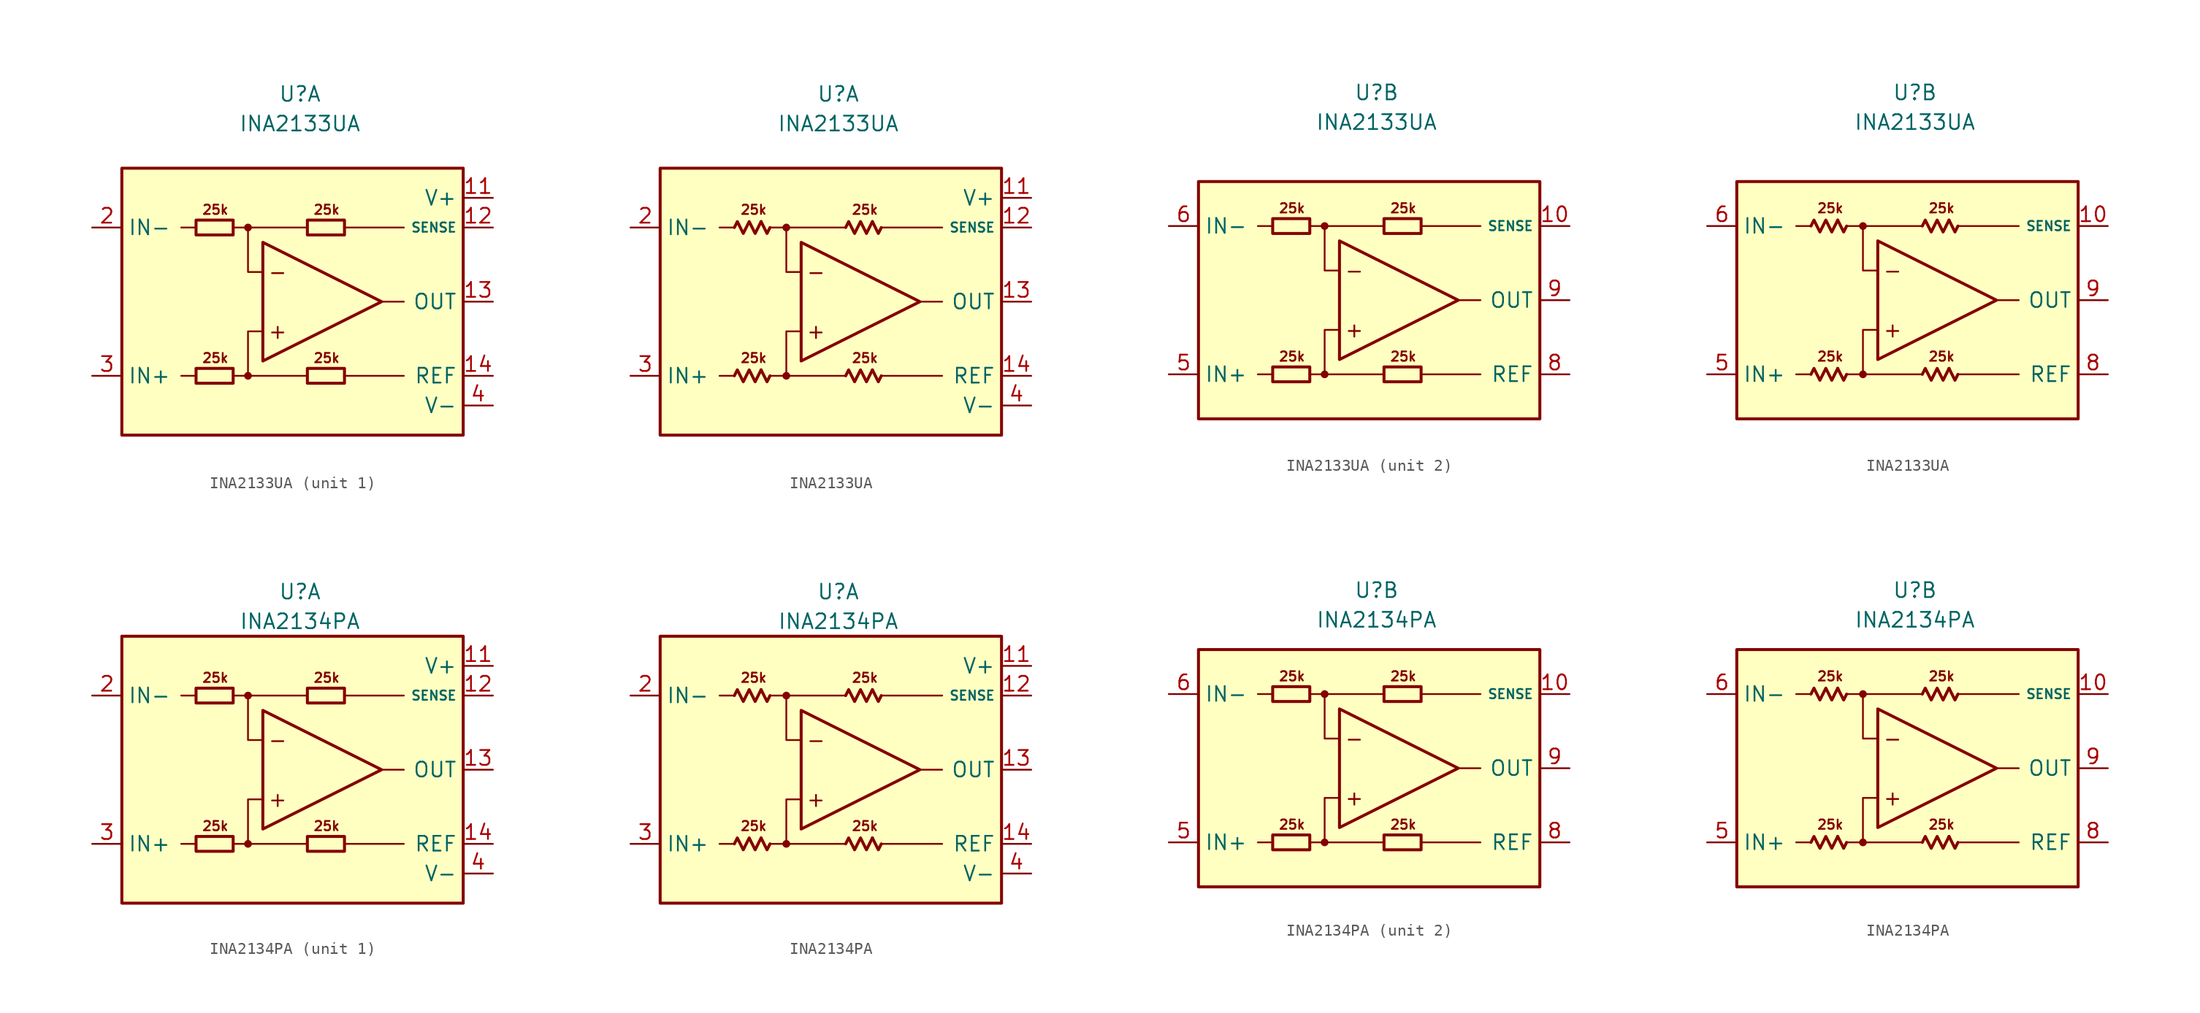
<source format=kicad_sym>
(kicad_symbol_lib
  (version 20231120)
  (generator "kicad_symbol_editor")
  (generator_version "8.0")
  (symbol "INA2133UA"
    (property "Reference" "U"
      (at 0 17.78 0)
      (effects (font (size 1.27 1.27))))
    (property "Value" "INA2133UA"
      (at 0 15.24 0)
      (effects (font (size 1.27 1.27))))
    (property "ki_locked" ""
      (at 0 0 0)
      (effects (font (size 1.27 1.27))))
    (symbol "INA2133UA_0_0"
      (circle (center -4.445 -6.35) (radius 0.254) (stroke (width 0.152) (type default)) (fill (type outline)))
      (circle (center -4.445 6.35) (radius 0.254) (stroke (width 0.152) (type default)) (fill (type outline)))
      (polyline (pts (xy -8.89 -6.35) (xy -10.16 -6.35)) (stroke (width 0.152) (type default)) (fill (type none)))
      (polyline (pts (xy -8.89 6.35) (xy -10.16 6.35)) (stroke (width 0.152) (type default)) (fill (type none)))
      (polyline (pts (xy -4.445 6.35) (xy 0.635 6.35)) (stroke (width 0.152) (type default)) (fill (type none)))
      (polyline (pts (xy 0.635 -6.35) (xy -4.445 -6.35)) (stroke (width 0.152) (type default)) (fill (type none)))
      (polyline (pts (xy 3.81 -6.35) (xy 8.89 -6.35)) (stroke (width 0.152) (type default)) (fill (type none)))
      (polyline (pts (xy 3.81 6.35) (xy 8.89 6.35)) (stroke (width 0.152) (type default)) (fill (type none)))
      (polyline (pts (xy 8.89 0) (xy 6.985 0)) (stroke (width 0.152) (type default)) (fill (type none)))
      (polyline (pts (xy -5.715 -6.35) (xy -4.445 -6.35) (xy -4.445 -2.54) (xy -3.175 -2.54)) (stroke (width 0.152) (type default)) (fill (type none)))
      (polyline (pts (xy -3.175 2.54) (xy -4.445 2.54) (xy -4.445 6.35) (xy -5.715 6.35)) (stroke (width 0.152) (type default)) (fill (type none)))
      (polyline (pts (xy -3.175 5.08) (xy -3.175 -5.08) (xy 6.985 0) (xy -3.175 5.08)) (stroke (width 0.254) (type default)) (fill (type none)))
      (text "+" (at -1.905 -2.54 0) (effects (font (size 1.27 1.27))))
      (text "-" (at -1.905 2.54 0) (effects (font (size 1.27 1.27))))
      (text "25k" (at -7.239 -4.826 0) (effects (font (size 0.8 0.8))))
      (text "25k" (at -7.239 7.874 0) (effects (font (size 0.8 0.8))))
      (text "25k" (at 2.286 -4.826 0) (effects (font (size 0.8 0.8))))
      (text "25k" (at 2.286 7.874 0) (effects (font (size 0.8 0.8)))))
    (symbol "INA2133UA_0_1"
      (rectangle (start -8.89 -5.715) (end -5.715 -6.985) (stroke (width 0.254) (type default)) (fill (type none)))
      (rectangle (start -8.89 6.985) (end -5.715 5.715) (stroke (width 0.254) (type default)) (fill (type none)))
      (rectangle (start 0.635 -5.715) (end 3.81 -6.985) (stroke (width 0.254) (type default)) (fill (type none)))
      (rectangle (start 0.635 6.985) (end 3.81 5.715) (stroke (width 0.254) (type default)) (fill (type none))))
    (symbol "INA2133UA_0_2"
      (polyline (pts (xy -6.604 -5.842) (xy -6.096 -6.858) (xy -5.842 -6.35)) (stroke (width 0.254) (type default)) (fill (type none)))
      (polyline (pts (xy -6.604 6.858) (xy -6.096 5.842) (xy -5.842 6.35)) (stroke (width 0.254) (type default)) (fill (type none)))
      (polyline (pts (xy 2.921 -5.842) (xy 3.429 -6.858) (xy 3.683 -6.35)) (stroke (width 0.254) (type default)) (fill (type none)))
      (polyline (pts (xy 2.921 6.858) (xy 3.429 5.842) (xy 3.683 6.35)) (stroke (width 0.254) (type default)) (fill (type none)))
      (polyline (pts (xy -8.89 -6.35) (xy -8.636 -5.842) (xy -8.128 -6.858) (xy -7.62 -5.842) (xy -7.112 -6.858) (xy -6.604 -5.842)) (stroke (width 0.254) (type default)) (fill (type none)))
      (polyline (pts (xy -8.89 6.35) (xy -8.636 6.858) (xy -8.128 5.842) (xy -7.62 6.858) (xy -7.112 5.842) (xy -6.604 6.858)) (stroke (width 0.254) (type default)) (fill (type none)))
      (polyline (pts (xy 0.635 -6.35) (xy 0.889 -5.842) (xy 1.397 -6.858) (xy 1.905 -5.842) (xy 2.413 -6.858) (xy 2.921 -5.842)) (stroke (width 0.254) (type default)) (fill (type none)))
      (polyline (pts (xy 0.635 6.35) (xy 0.889 6.858) (xy 1.397 5.842) (xy 1.905 6.858) (xy 2.413 5.842) (xy 2.921 6.858)) (stroke (width 0.254) (type default)) (fill (type none))))
    (symbol "INA2133UA_1_0"
      (rectangle (start -15.24 11.43) (end 13.97 -11.43) (stroke (width 0.254) (type default)) (fill (type background))))
    (symbol "INA2133UA_1_1"
      (pin free line (at -10.16 1.27 0) (length 2.54) hide (name "NC" (effects (font (size 1.27 1.27)))) (number "1" (effects (font (size 1.27 1.27)))))
      (pin power_in line (at 16.51 8.89 180) (length 2.54) (name "V+" (effects (font (size 1.27 1.27)))) (number "11" (effects (font (size 1.27 1.27)))))
      (pin input line (at 16.51 6.35 180) (length 2.54) (name "SENSE" (effects (font (size 0.8 0.8)))) (number "12" (effects (font (size 1.27 1.27)))))
      (pin output line (at 16.51 0 180) (length 2.54) (name "OUT" (effects (font (size 1.27 1.27)))) (number "13" (effects (font (size 1.27 1.27)))))
      (pin input line (at 16.51 -6.35 180) (length 2.54) (name "REF" (effects (font (size 1.27 1.27)))) (number "14" (effects (font (size 1.27 1.27)))))
      (pin input line (at -17.78 6.35 0) (length 2.54) (name "IN-" (effects (font (size 1.27 1.27)))) (number "2" (effects (font (size 1.27 1.27)))))
      (pin input line (at -17.78 -6.35 0) (length 2.54) (name "IN+" (effects (font (size 1.27 1.27)))) (number "3" (effects (font (size 1.27 1.27)))))
      (pin power_in line (at 16.51 -8.89 180) (length 2.54) (name "V-" (effects (font (size 1.27 1.27)))) (number "4" (effects (font (size 1.27 1.27)))))
      (pin free line (at -10.16 -1.27 0) (length 2.54) hide (name "NC" (effects (font (size 1.27 1.27)))) (number "7" (effects (font (size 1.27 1.27))))))
    (symbol "INA2133UA_1_2"
      (pin free line (at -10.16 1.27 0) (length 2.54) hide (name "NC" (effects (font (size 1.27 1.27)))) (number "1" (effects (font (size 1.27 1.27)))))
      (pin power_in line (at 16.51 8.89 180) (length 2.54) (name "V+" (effects (font (size 1.27 1.27)))) (number "11" (effects (font (size 1.27 1.27)))))
      (pin input line (at 16.51 6.35 180) (length 2.54) (name "SENSE" (effects (font (size 0.8 0.8)))) (number "12" (effects (font (size 1.27 1.27)))))
      (pin output line (at 16.51 0 180) (length 2.54) (name "OUT" (effects (font (size 1.27 1.27)))) (number "13" (effects (font (size 1.27 1.27)))))
      (pin input line (at 16.51 -6.35 180) (length 2.54) (name "REF" (effects (font (size 1.27 1.27)))) (number "14" (effects (font (size 1.27 1.27)))))
      (pin input line (at -17.78 6.35 0) (length 2.54) (name "IN-" (effects (font (size 1.27 1.27)))) (number "2" (effects (font (size 1.27 1.27)))))
      (pin input line (at -17.78 -6.35 0) (length 2.54) (name "IN+" (effects (font (size 1.27 1.27)))) (number "3" (effects (font (size 1.27 1.27)))))
      (pin power_in line (at 16.51 -8.89 180) (length 2.54) (name "V-" (effects (font (size 1.27 1.27)))) (number "4" (effects (font (size 1.27 1.27)))))
      (pin free line (at -10.16 -1.27 0) (length 2.54) hide (name "NC" (effects (font (size 1.27 1.27)))) (number "7" (effects (font (size 1.27 1.27))))))
    (symbol "INA2133UA_2_0"
      (rectangle (start -15.24 10.16) (end 13.97 -10.16) (stroke (width 0.254) (type default)) (fill (type background))))
    (symbol "INA2133UA_2_1"
      (pin input line (at 16.51 6.35 180) (length 2.54) (name "SENSE" (effects (font (size 0.8 0.8)))) (number "10" (effects (font (size 1.27 1.27)))))
      (pin input line (at -17.78 -6.35 0) (length 2.54) (name "IN+" (effects (font (size 1.27 1.27)))) (number "5" (effects (font (size 1.27 1.27)))))
      (pin input line (at -17.78 6.35 0) (length 2.54) (name "IN-" (effects (font (size 1.27 1.27)))) (number "6" (effects (font (size 1.27 1.27)))))
      (pin input line (at 16.51 -6.35 180) (length 2.54) (name "REF" (effects (font (size 1.27 1.27)))) (number "8" (effects (font (size 1.27 1.27)))))
      (pin output line (at 16.51 0 180) (length 2.54) (name "OUT" (effects (font (size 1.27 1.27)))) (number "9" (effects (font (size 1.27 1.27))))))
    (symbol "INA2133UA_2_2"
      (pin input line (at 16.51 6.35 180) (length 2.54) (name "SENSE" (effects (font (size 0.8 0.8)))) (number "10" (effects (font (size 1.27 1.27)))))
      (pin input line (at -17.78 -6.35 0) (length 2.54) (name "IN+" (effects (font (size 1.27 1.27)))) (number "5" (effects (font (size 1.27 1.27)))))
      (pin input line (at -17.78 6.35 0) (length 2.54) (name "IN-" (effects (font (size 1.27 1.27)))) (number "6" (effects (font (size 1.27 1.27)))))
      (pin input line (at 16.51 -6.35 180) (length 2.54) (name "REF" (effects (font (size 1.27 1.27)))) (number "8" (effects (font (size 1.27 1.27)))))
      (pin output line (at 16.51 0 180) (length 2.54) (name "OUT" (effects (font (size 1.27 1.27)))) (number "9" (effects (font (size 1.27 1.27)))))))
  (symbol "INA2134PA"
    (property "Reference" "U"
      (at 0 15.24 0)
      (effects (font (size 1.27 1.27))))
    (property "Value" "INA2134PA"
      (at 0 12.7 0)
      (effects (font (size 1.27 1.27))))
    (property "ki_locked" ""
      (at 0 0 0)
      (effects (font (size 1.27 1.27))))
    (symbol "INA2134PA_0_0"
      (circle (center -4.445 -6.35) (radius 0.254) (stroke (width 0.152) (type default)) (fill (type outline)))
      (circle (center -4.445 6.35) (radius 0.254) (stroke (width 0.152) (type default)) (fill (type outline)))
      (polyline (pts (xy -8.89 -6.35) (xy -10.16 -6.35)) (stroke (width 0.152) (type default)) (fill (type none)))
      (polyline (pts (xy -8.89 6.35) (xy -10.16 6.35)) (stroke (width 0.152) (type default)) (fill (type none)))
      (polyline (pts (xy -4.445 6.35) (xy 0.635 6.35)) (stroke (width 0.152) (type default)) (fill (type none)))
      (polyline (pts (xy 0.635 -6.35) (xy -4.445 -6.35)) (stroke (width 0.152) (type default)) (fill (type none)))
      (polyline (pts (xy 3.81 -6.35) (xy 8.89 -6.35)) (stroke (width 0.152) (type default)) (fill (type none)))
      (polyline (pts (xy 3.81 6.35) (xy 8.89 6.35)) (stroke (width 0.152) (type default)) (fill (type none)))
      (polyline (pts (xy 8.89 0) (xy 6.985 0)) (stroke (width 0.152) (type default)) (fill (type none)))
      (polyline (pts (xy -5.715 -6.35) (xy -4.445 -6.35) (xy -4.445 -2.54) (xy -3.175 -2.54)) (stroke (width 0.152) (type default)) (fill (type none)))
      (polyline (pts (xy -3.175 2.54) (xy -4.445 2.54) (xy -4.445 6.35) (xy -5.715 6.35)) (stroke (width 0.152) (type default)) (fill (type none)))
      (polyline (pts (xy -3.175 5.08) (xy -3.175 -5.08) (xy 6.985 0) (xy -3.175 5.08)) (stroke (width 0.254) (type default)) (fill (type none)))
      (text "+" (at -1.905 -2.54 0) (effects (font (size 1.27 1.27))))
      (text "-" (at -1.905 2.54 0) (effects (font (size 1.27 1.27))))
      (text "25k" (at -7.239 -4.826 0) (effects (font (size 0.8 0.8))))
      (text "25k" (at -7.239 7.874 0) (effects (font (size 0.8 0.8))))
      (text "25k" (at 2.286 -4.826 0) (effects (font (size 0.8 0.8))))
      (text "25k" (at 2.286 7.874 0) (effects (font (size 0.8 0.8)))))
    (symbol "INA2134PA_0_1"
      (rectangle (start -8.89 -5.715) (end -5.715 -6.985) (stroke (width 0.254) (type default)) (fill (type none)))
      (rectangle (start -8.89 6.985) (end -5.715 5.715) (stroke (width 0.254) (type default)) (fill (type none)))
      (rectangle (start 0.635 -5.715) (end 3.81 -6.985) (stroke (width 0.254) (type default)) (fill (type none)))
      (rectangle (start 0.635 6.985) (end 3.81 5.715) (stroke (width 0.254) (type default)) (fill (type none))))
    (symbol "INA2134PA_0_2"
      (polyline (pts (xy -6.604 -5.842) (xy -6.096 -6.858) (xy -5.842 -6.35)) (stroke (width 0.254) (type default)) (fill (type none)))
      (polyline (pts (xy -6.604 6.858) (xy -6.096 5.842) (xy -5.842 6.35)) (stroke (width 0.254) (type default)) (fill (type none)))
      (polyline (pts (xy 2.921 -5.842) (xy 3.429 -6.858) (xy 3.683 -6.35)) (stroke (width 0.254) (type default)) (fill (type none)))
      (polyline (pts (xy 2.921 6.858) (xy 3.429 5.842) (xy 3.683 6.35)) (stroke (width 0.254) (type default)) (fill (type none)))
      (polyline (pts (xy -8.89 -6.35) (xy -8.636 -5.842) (xy -8.128 -6.858) (xy -7.62 -5.842) (xy -7.112 -6.858) (xy -6.604 -5.842)) (stroke (width 0.254) (type default)) (fill (type none)))
      (polyline (pts (xy -8.89 6.35) (xy -8.636 6.858) (xy -8.128 5.842) (xy -7.62 6.858) (xy -7.112 5.842) (xy -6.604 6.858)) (stroke (width 0.254) (type default)) (fill (type none)))
      (polyline (pts (xy 0.635 -6.35) (xy 0.889 -5.842) (xy 1.397 -6.858) (xy 1.905 -5.842) (xy 2.413 -6.858) (xy 2.921 -5.842)) (stroke (width 0.254) (type default)) (fill (type none)))
      (polyline (pts (xy 0.635 6.35) (xy 0.889 6.858) (xy 1.397 5.842) (xy 1.905 6.858) (xy 2.413 5.842) (xy 2.921 6.858)) (stroke (width 0.254) (type default)) (fill (type none))))
    (symbol "INA2134PA_1_0"
      (rectangle (start -15.24 11.43) (end 13.97 -11.43) (stroke (width 0.254) (type default)) (fill (type background))))
    (symbol "INA2134PA_1_1"
      (pin free line (at -10.16 1.27 0) (length 2.54) hide (name "NC" (effects (font (size 1.27 1.27)))) (number "1" (effects (font (size 1.27 1.27)))))
      (pin power_in line (at 16.51 8.89 180) (length 2.54) (name "V+" (effects (font (size 1.27 1.27)))) (number "11" (effects (font (size 1.27 1.27)))))
      (pin input line (at 16.51 6.35 180) (length 2.54) (name "SENSE" (effects (font (size 0.8 0.8)))) (number "12" (effects (font (size 1.27 1.27)))))
      (pin output line (at 16.51 0 180) (length 2.54) (name "OUT" (effects (font (size 1.27 1.27)))) (number "13" (effects (font (size 1.27 1.27)))))
      (pin input line (at 16.51 -6.35 180) (length 2.54) (name "REF" (effects (font (size 1.27 1.27)))) (number "14" (effects (font (size 1.27 1.27)))))
      (pin input line (at -17.78 6.35 0) (length 2.54) (name "IN-" (effects (font (size 1.27 1.27)))) (number "2" (effects (font (size 1.27 1.27)))))
      (pin input line (at -17.78 -6.35 0) (length 2.54) (name "IN+" (effects (font (size 1.27 1.27)))) (number "3" (effects (font (size 1.27 1.27)))))
      (pin power_in line (at 16.51 -8.89 180) (length 2.54) (name "V-" (effects (font (size 1.27 1.27)))) (number "4" (effects (font (size 1.27 1.27)))))
      (pin free line (at -10.16 -1.27 0) (length 2.54) hide (name "NC" (effects (font (size 1.27 1.27)))) (number "7" (effects (font (size 1.27 1.27))))))
    (symbol "INA2134PA_1_2"
      (pin free line (at -10.16 1.27 0) (length 2.54) hide (name "NC" (effects (font (size 1.27 1.27)))) (number "1" (effects (font (size 1.27 1.27)))))
      (pin power_in line (at 16.51 8.89 180) (length 2.54) (name "V+" (effects (font (size 1.27 1.27)))) (number "11" (effects (font (size 1.27 1.27)))))
      (pin input line (at 16.51 6.35 180) (length 2.54) (name "SENSE" (effects (font (size 0.8 0.8)))) (number "12" (effects (font (size 1.27 1.27)))))
      (pin output line (at 16.51 0 180) (length 2.54) (name "OUT" (effects (font (size 1.27 1.27)))) (number "13" (effects (font (size 1.27 1.27)))))
      (pin input line (at 16.51 -6.35 180) (length 2.54) (name "REF" (effects (font (size 1.27 1.27)))) (number "14" (effects (font (size 1.27 1.27)))))
      (pin input line (at -17.78 6.35 0) (length 2.54) (name "IN-" (effects (font (size 1.27 1.27)))) (number "2" (effects (font (size 1.27 1.27)))))
      (pin input line (at -17.78 -6.35 0) (length 2.54) (name "IN+" (effects (font (size 1.27 1.27)))) (number "3" (effects (font (size 1.27 1.27)))))
      (pin power_in line (at 16.51 -8.89 180) (length 2.54) (name "V-" (effects (font (size 1.27 1.27)))) (number "4" (effects (font (size 1.27 1.27)))))
      (pin free line (at -10.16 -1.27 0) (length 2.54) hide (name "NC" (effects (font (size 1.27 1.27)))) (number "7" (effects (font (size 1.27 1.27))))))
    (symbol "INA2134PA_2_0"
      (rectangle (start -15.24 10.16) (end 13.97 -10.16) (stroke (width 0.254) (type default)) (fill (type background))))
    (symbol "INA2134PA_2_1"
      (pin input line (at 16.51 6.35 180) (length 2.54) (name "SENSE" (effects (font (size 0.8 0.8)))) (number "10" (effects (font (size 1.27 1.27)))))
      (pin input line (at -17.78 -6.35 0) (length 2.54) (name "IN+" (effects (font (size 1.27 1.27)))) (number "5" (effects (font (size 1.27 1.27)))))
      (pin input line (at -17.78 6.35 0) (length 2.54) (name "IN-" (effects (font (size 1.27 1.27)))) (number "6" (effects (font (size 1.27 1.27)))))
      (pin input line (at 16.51 -6.35 180) (length 2.54) (name "REF" (effects (font (size 1.27 1.27)))) (number "8" (effects (font (size 1.27 1.27)))))
      (pin output line (at 16.51 0 180) (length 2.54) (name "OUT" (effects (font (size 1.27 1.27)))) (number "9" (effects (font (size 1.27 1.27))))))
    (symbol "INA2134PA_2_2"
      (pin input line (at 16.51 6.35 180) (length 2.54) (name "SENSE" (effects (font (size 0.8 0.8)))) (number "10" (effects (font (size 1.27 1.27)))))
      (pin input line (at -17.78 -6.35 0) (length 2.54) (name "IN+" (effects (font (size 1.27 1.27)))) (number "5" (effects (font (size 1.27 1.27)))))
      (pin input line (at -17.78 6.35 0) (length 2.54) (name "IN-" (effects (font (size 1.27 1.27)))) (number "6" (effects (font (size 1.27 1.27)))))
      (pin input line (at 16.51 -6.35 180) (length 2.54) (name "REF" (effects (font (size 1.27 1.27)))) (number "8" (effects (font (size 1.27 1.27)))))
      (pin output line (at 16.51 0 180) (length 2.54) (name "OUT" (effects (font (size 1.27 1.27)))) (number "9" (effects (font (size 1.27 1.27))))))))
</source>
